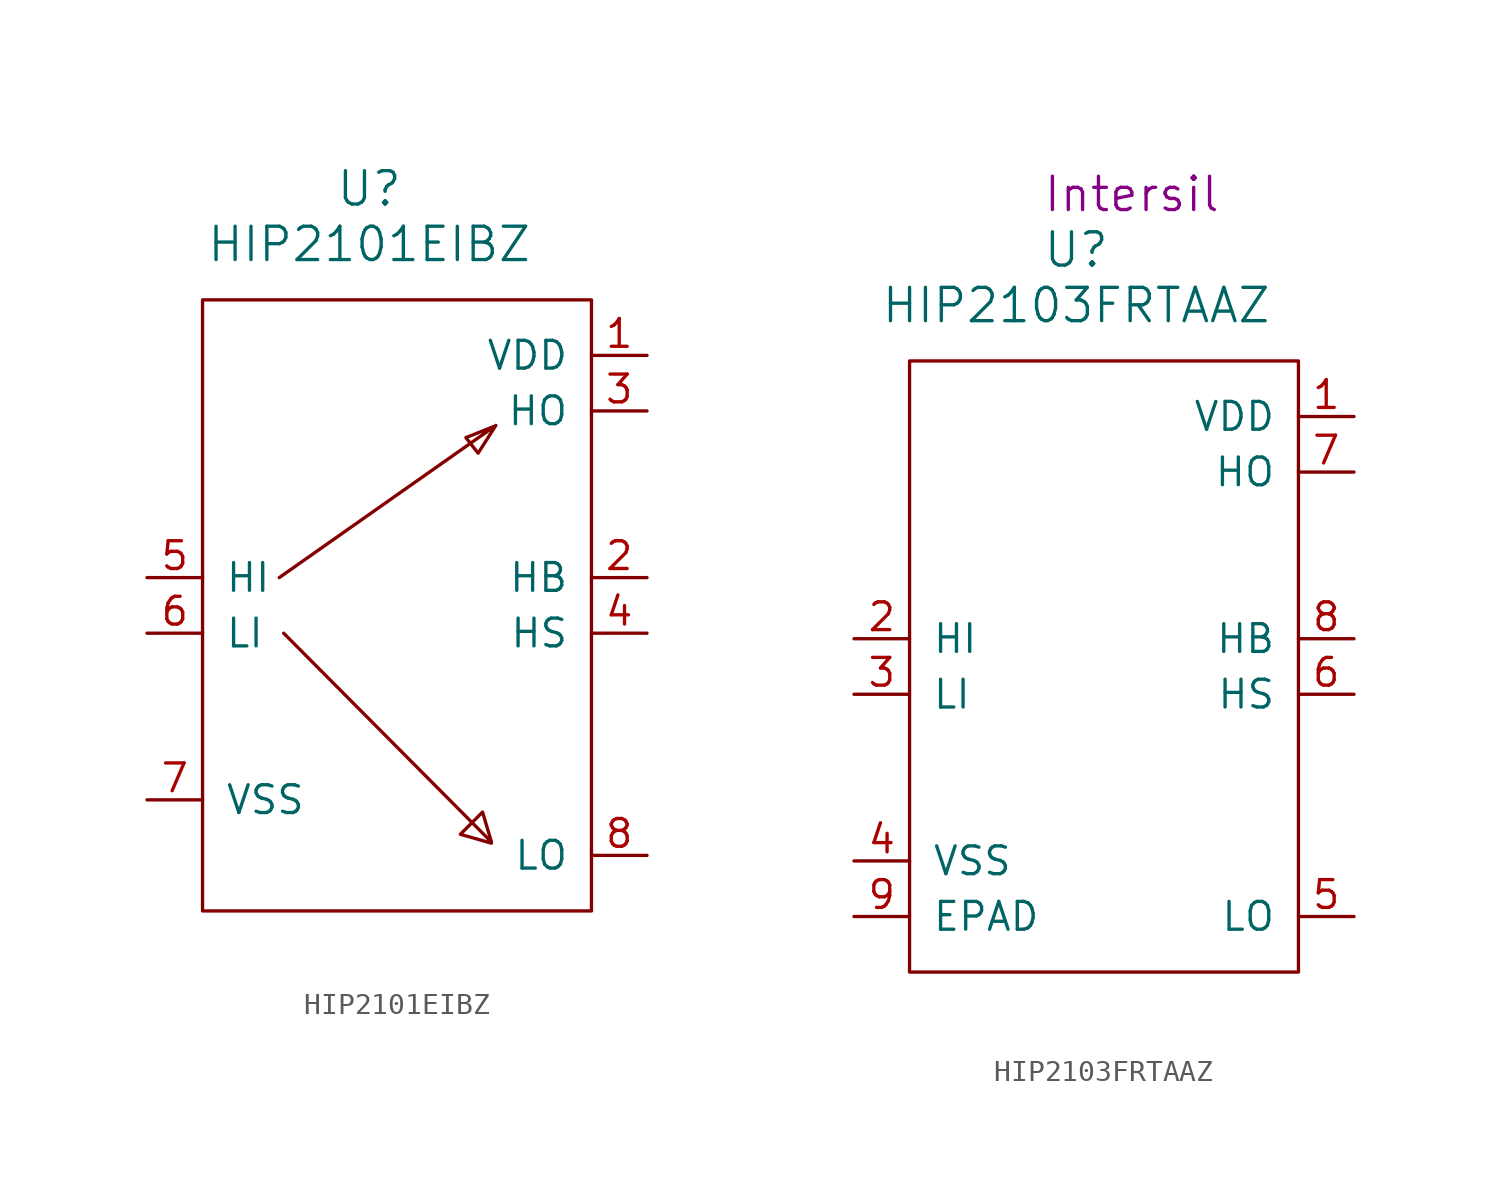
<source format=kicad_sym>
(kicad_symbol_lib
  (version 20220914)
  (generator kicad_symbol_editor)
  (symbol "HIP2101EIBZ"
    (pin_names
      (offset 1.016))
    (property "Reference" "U"
      (at 7.62 33.02 0)
      (effects (font (size 1.524 1.524))))
    (property "Value" "HIP2101EIBZ"
      (at 7.62 30.48 0)
      (effects (font (size 1.524 1.524))))
    (symbol "HIP2101EIBZ_0_1"
      (polyline (pts (xy 3.505 15.24) (xy 13.411 22.2) (xy 12.598 20.93) (xy 12.04 21.641) (xy 13.31 22.149)) (stroke (width 0) (type solid)) (fill (type none)))
      (polyline (pts (xy 3.708 12.7) (xy 13.208 3.15) (xy 12.802 4.521) (xy 11.786 3.505) (xy 13.208 3.099)) (stroke (width 0) (type solid)) (fill (type none)))
      (rectangle (start 0 0) (end 17.78 27.94) (stroke (width 0) (type solid)) (fill (type none))))
    (symbol "HIP2101EIBZ_1_1"
      (pin power_in line (at 20.32 25.4 180) (length 2.54) (name "VDD" (effects (font (size 1.27 1.27)))) (number "1" (effects (font (size 1.27 1.27)))))
      (pin passive line (at 20.32 15.24 180) (length 2.54) (name "HB" (effects (font (size 1.27 1.27)))) (number "2" (effects (font (size 1.27 1.27)))))
      (pin output line (at 20.32 22.86 180) (length 2.54) (name "HO" (effects (font (size 1.27 1.27)))) (number "3" (effects (font (size 1.27 1.27)))))
      (pin passive line (at 20.32 12.7 180) (length 2.54) (name "HS" (effects (font (size 1.27 1.27)))) (number "4" (effects (font (size 1.27 1.27)))))
      (pin input line (at -2.54 15.24 0) (length 2.54) (name "HI" (effects (font (size 1.27 1.27)))) (number "5" (effects (font (size 1.27 1.27)))))
      (pin input line (at -2.54 12.7 0) (length 2.54) (name "LI" (effects (font (size 1.27 1.27)))) (number "6" (effects (font (size 1.27 1.27)))))
      (pin power_in line (at -2.54 5.08 0) (length 2.54) (name "VSS" (effects (font (size 1.27 1.27)))) (number "7" (effects (font (size 1.27 1.27)))))
      (pin output line (at 20.32 2.54 180) (length 2.54) (name "LO" (effects (font (size 1.27 1.27)))) (number "8" (effects (font (size 1.27 1.27)))))))
  (symbol "HIP2103FRTAAZ"
    (pin_names
      (offset 1.016))
    (property "Reference" "U"
      (at 7.62 33.02 0)
      (effects (font (size 1.524 1.524))))
    (property "Value" "HIP2103FRTAAZ"
      (at 7.62 30.48 0)
      (effects (font (size 1.524 1.524))))
    (property "Datasheet" ""
      (at 0 0.635 0)
      (effects (font (size 1.524 1.524))))
    (property "Manufacturer" "Intersil"
      (at 10.16 35.56 0)
      (effects (font (size 1.524 1.524))))
    (symbol "HIP2103FRTAAZ_0_1"
      (rectangle (start 0 0) (end 17.78 27.94) (stroke (width 0) (type solid)) (fill (type none))))
    (symbol "HIP2103FRTAAZ_1_1"
      (pin power_in line (at 20.32 25.4 180) (length 2.54) (name "VDD" (effects (font (size 1.27 1.27)))) (number "1" (effects (font (size 1.27 1.27)))))
      (pin input line (at -2.54 15.24 0) (length 2.54) (name "HI" (effects (font (size 1.27 1.27)))) (number "2" (effects (font (size 1.27 1.27)))))
      (pin input line (at -2.54 12.7 0) (length 2.54) (name "LI" (effects (font (size 1.27 1.27)))) (number "3" (effects (font (size 1.27 1.27)))))
      (pin power_in line (at -2.54 5.08 0) (length 2.54) (name "VSS" (effects (font (size 1.27 1.27)))) (number "4" (effects (font (size 1.27 1.27)))))
      (pin output line (at 20.32 2.54 180) (length 2.54) (name "LO" (effects (font (size 1.27 1.27)))) (number "5" (effects (font (size 1.27 1.27)))))
      (pin passive line (at 20.32 12.7 180) (length 2.54) (name "HS" (effects (font (size 1.27 1.27)))) (number "6" (effects (font (size 1.27 1.27)))))
      (pin output line (at 20.32 22.86 180) (length 2.54) (name "HO" (effects (font (size 1.27 1.27)))) (number "7" (effects (font (size 1.27 1.27)))))
      (pin passive line (at 20.32 15.24 180) (length 2.54) (name "HB" (effects (font (size 1.27 1.27)))) (number "8" (effects (font (size 1.27 1.27)))))
      (pin power_in line (at -2.54 2.54 0) (length 2.54) (name "EPAD" (effects (font (size 1.27 1.27)))) (number "9" (effects (font (size 1.27 1.27))))))))
</source>
